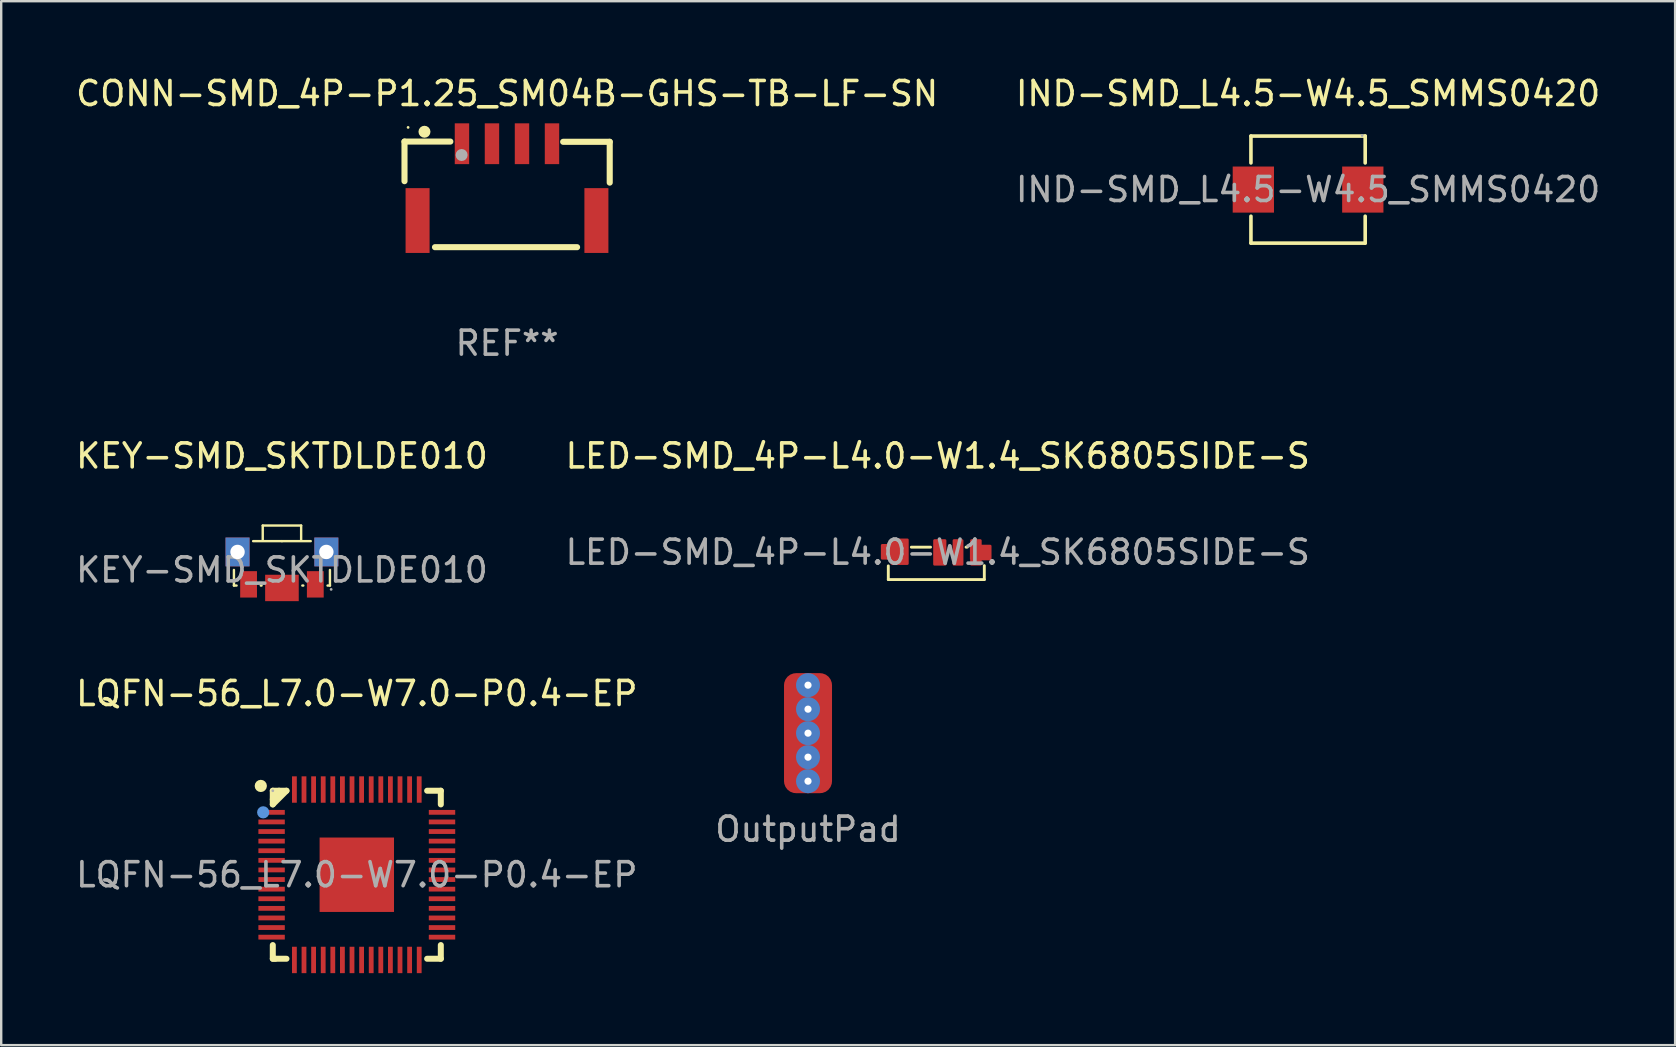
<source format=kicad_pcb>
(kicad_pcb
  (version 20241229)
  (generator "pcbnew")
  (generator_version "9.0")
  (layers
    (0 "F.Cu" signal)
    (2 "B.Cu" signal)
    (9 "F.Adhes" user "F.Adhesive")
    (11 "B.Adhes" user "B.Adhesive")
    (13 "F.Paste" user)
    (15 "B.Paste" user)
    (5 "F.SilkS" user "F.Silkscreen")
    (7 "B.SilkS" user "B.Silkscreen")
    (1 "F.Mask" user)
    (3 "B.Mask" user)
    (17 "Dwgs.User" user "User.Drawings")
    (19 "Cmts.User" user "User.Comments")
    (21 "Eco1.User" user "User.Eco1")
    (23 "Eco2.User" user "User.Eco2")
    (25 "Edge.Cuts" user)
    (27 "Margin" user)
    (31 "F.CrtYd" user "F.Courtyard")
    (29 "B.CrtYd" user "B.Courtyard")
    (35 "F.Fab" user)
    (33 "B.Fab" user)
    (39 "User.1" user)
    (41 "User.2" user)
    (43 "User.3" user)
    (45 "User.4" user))
  (footprint "LED-SMD_4P-L4.0-W1.4_SK6805SIDE-S"
    (layer "F.Cu")
    (at 36.018 19.955)
    (property "Reference" "LED-SMD_4P-L4.0-W1.4_SK6805SIDE-S" (at 0 -4.01 0) (layer "F.SilkS") (effects (font (size 1 1) (thickness 0.15))))
    (attr through_hole)
    (fp_line (start -2.06 0.57) (end -2.06 1.14) (stroke (width 0.12) (type solid)) (layer "F.SilkS"))
    (fp_line (start -2.06 1.14) (end 1.94 1.14) (stroke (width 0.12) (type solid)) (layer "F.SilkS"))
    (fp_line (start -1.1 -0.21) (end -0.3 -0.21) (stroke (width 0.12) (type solid)) (layer "F.SilkS"))
    (fp_line (start 0.48 -0.21) (end 0.5 -0.21) (stroke (width 0.12) (type solid)) (layer "F.SilkS"))
    (fp_line (start 1.18 -0.21) (end 1.23 -0.21) (stroke (width 0.12) (type solid)) (layer "F.SilkS"))
    (fp_line (start 1.94 1.14) (end 1.94 0.56) (stroke (width 0.12) (type solid)) (layer "F.SilkS"))
    (fp_circle (center -2.06 -0.21) (end -2.03 -0.21) (stroke (width 0.06) (type solid)) (fill no) (layer "F.Fab"))
    (fp_text user "${REFERENCE}" (at 0 0 0) (layer "F.Fab") (effects (font (size 1 1) (thickness 0.15))))
    (pad "1" smd custom (at 0 0) (size 0.001 0.001) (layers "F.Cu" "F.Mask" "F.Paste") (options (anchor rect)) (primitives (gr_poly (pts (xy -1.91 -0.52) (xy -1.91 -0.29) (xy -2.32 -0.29) (xy -2.32 0.26) (xy -1.91 0.26) (xy -1.91 0.48) (xy -1.26 0.48) (xy -1.26 -0.52)) (width 0.1) (fill yes))))
    (pad "2" smd custom (at 0 0) (size 0.001 0.001) (layers "F.Cu" "F.Mask" "F.Paste") (options (anchor rect)) (primitives (gr_poly (pts (xy -0.14 -0.49) (xy -0.14 0.51) (xy 0.31 0.51) (xy 0.31 -0.49)) (width 0.1) (fill yes))))
    (pad "3" smd custom (at 0 0) (size 0.001 0.001) (layers "F.Cu" "F.Mask" "F.Paste") (options (anchor rect)) (primitives (gr_poly (pts (xy 0.67 -0.49) (xy 0.67 0.51) (xy 1.02 0.51) (xy 1.02 -0.49)) (width 0.1) (fill yes))))
    (pad "4" smd custom (at 0 0) (size 0.001 0.001) (layers "F.Cu" "F.Mask" "F.Paste") (options (anchor rect)) (primitives (gr_poly (pts (xy 1.78 -0.26) (xy 1.78 -0.49) (xy 1.4 -0.49) (xy 1.4 -0.26) (xy 1.39 -0.26) (xy 1.39 0.29) (xy 1.4 0.29) (xy 1.4 0.51) (xy 1.78 0.51) (xy 1.78 0.29) (xy 2.19 0.29) (xy 2.19 -0.26)) (width 0.1) (fill yes)))))
  (footprint "OutputPad"
    (layer "F.Cu")
    (at 30.613 27.495)
    (property "Reference" "OutputPad" (at 0 4 0) (unlocked yes) (layer "F.SilkS") (effects (font (size 1 1) (thickness 0.1))))
    (attr smd)
    (fp_text user "${REFERENCE}" (at 0 4 0) (unlocked yes) (layer "F.Fab") (effects (font (size 1 1) (thickness 0.15))))
    (pad "1" thru_hole circle (at 0 -2) (size 1 1) (drill 0.3) (layers "*.Cu" "*.Mask"))
    (pad "1" thru_hole circle (at 0 -1) (size 1 1) (drill 0.3) (layers "*.Cu" "*.Mask"))
    (pad "1" thru_hole circle (at 0 0) (size 1 1) (drill 0.3) (layers "*.Cu" "*.Mask"))
    (pad "1" smd roundrect (at 0 0) (size 2 5) (layers "F.Cu" "F.Mask" "F.Paste") (roundrect_rratio 0.25))
    (pad "1" thru_hole circle (at 0 1) (size 1 1) (drill 0.3) (layers "*.Cu" "*.Mask"))
    (pad "1" thru_hole circle (at 0 2) (size 1 1) (drill 0.3) (layers "*.Cu" "*.Mask")))
  (footprint "IND-SMD_L4.5-W4.5_SMMS0420"
    (layer "F.Cu")
    (at 51.446 4.848)
    (property "Reference" "IND-SMD_L4.5-W4.5_SMMS0420" (at 0 -4 0) (layer "F.SilkS") (effects (font (size 1 1) (thickness 0.15))))
    (attr smd)
    (fp_line (start -2.38 -2.23) (end 2.38 -2.23) (stroke (width 0.15) (type solid)) (layer "F.SilkS"))
    (fp_line (start -2.38 -1.11) (end -2.38 -2.23) (stroke (width 0.15) (type solid)) (layer "F.SilkS"))
    (fp_line (start -2.38 1.11) (end -2.38 2.23) (stroke (width 0.15) (type solid)) (layer "F.SilkS"))
    (fp_line (start -2.38 2.23) (end 2.38 2.23) (stroke (width 0.15) (type solid)) (layer "F.SilkS"))
    (fp_line (start 2.38 -2.23) (end 2.38 -1.11) (stroke (width 0.15) (type solid)) (layer "F.SilkS"))
    (fp_line (start 2.38 2.23) (end 2.38 1.11) (stroke (width 0.15) (type solid)) (layer "F.SilkS"))
    (fp_circle (center 2.25 -2.25) (end 2.28 -2.25) (stroke (width 0.06) (type solid)) (fill no) (layer "F.Fab"))
    (fp_text user "${REFERENCE}" (at 0 0 0) (layer "F.Fab") (effects (font (size 1 1) (thickness 0.15))))
    (pad "1" smd rect (at 2.28 0) (size 1.72 1.92) (layers "F.Cu" "F.Mask" "F.Paste"))
    (pad "2" smd rect (at -2.28 0) (size 1.72 1.92) (layers "F.Cu" "F.Mask" "F.Paste")))
  (footprint "CONN-SMD_4P-P1.25_SM04B-GHS-TB-LF-SN"
    (layer "F.Cu")
    (at 18.077 5.048)
    (property "Reference" "CONN-SMD_4P-P1.25_SM04B-GHS-TB-LF-SN" (at 0 -4.2 0) (layer "F.SilkS") (effects (font (size 1 1) (thickness 0.15))))
    (attr through_hole)
    (fp_line (start -4.275 -2.2) (end -4.275 -0.55) (stroke (width 0.254) (type solid)) (layer "F.SilkS"))
    (fp_line (start -3.005 2.2) (end 2.915 2.2) (stroke (width 0.254) (type solid)) (layer "F.SilkS"))
    (fp_line (start -2.365 -2.2) (end -4.275 -2.2) (stroke (width 0.254) (type solid)) (layer "F.SilkS"))
    (fp_line (start 2.335 -2.19) (end 4.275 -2.19) (stroke (width 0.254) (type solid)) (layer "F.SilkS"))
    (fp_line (start 4.275 -2.19) (end 4.275 -0.49) (stroke (width 0.254) (type solid)) (layer "F.SilkS"))
    (fp_circle (center -4.125 -2.79) (end -4.095 -2.79) (stroke (width 0.06) (type solid)) (fill no) (layer "F.SilkS"))
    (fp_circle (center -3.443 -2.609) (end -3.318 -2.609) (stroke (width 0.25) (type solid)) (fill no) (layer "F.SilkS"))
    (fp_circle (center -1.895 -1.64) (end -1.77 -1.64) (stroke (width 0.25) (type solid)) (fill no) (layer "F.Fab"))
    (fp_text user "REF**" (at 0 6.2 0) (layer "F.Fab") (effects (font (size 1 1) (thickness 0.15))))
    (pad "1" smd rect (at -1.881 -2.11) (size 0.6 1.7) (layers "F.Cu" "F.Mask" "F.Paste"))
    (pad "2" smd rect (at -0.631 -2.11) (size 0.6 1.7) (layers "F.Cu" "F.Mask" "F.Paste"))
    (pad "3" smd rect (at 0.62 -2.11) (size 0.6 1.7) (layers "F.Cu" "F.Mask" "F.Paste"))
    (pad "4" smd rect (at 1.87 -2.11) (size 0.6 1.7) (layers "F.Cu" "F.Mask" "F.Paste"))
    (pad "5" smd rect (at 3.72 1.09) (size 1 2.7) (layers "F.Cu" "F.Mask" "F.Paste"))
    (pad "6" smd rect (at -3.73 1.09) (size 1 2.7) (layers "F.Cu" "F.Mask" "F.Paste")))
  (footprint "KEY-SMD_SKTDLDE010"
    (layer "F.Cu")
    (at 8.696 20.695)
    (property "Reference" "KEY-SMD_SKTDLDE010" (at 0 -4.75 0) (layer "F.SilkS") (effects (font (size 1 1) (thickness 0.15))))
    (attr smd)
    (fp_line (start -2 0.65) (end -2 0) (stroke (width 0.1) (type solid)) (layer "F.SilkS"))
    (fp_line (start -2 0.65) (end -1.89 0.65) (stroke (width 0.1) (type solid)) (layer "F.SilkS"))
    (fp_line (start -0.88 0.65) (end -0.85 0.65) (stroke (width 0.1) (type solid)) (layer "F.SilkS"))
    (fp_line (start -0.8 -1.85) (end 0.8 -1.85) (stroke (width 0.1) (type solid)) (layer "F.SilkS"))
    (fp_line (start -0.8 -1.25) (end -0.8 -1.85) (stroke (width 0.1) (type solid)) (layer "F.SilkS"))
    (fp_line (start 0 -1.2) (end -1.2 -1.2) (stroke (width 0.1) (type solid)) (layer "F.SilkS"))
    (fp_line (start 0 -1.2) (end 1.2 -1.2) (stroke (width 0.1) (type solid)) (layer "F.SilkS"))
    (fp_line (start 0.8 -1.85) (end 0.8 -1.25) (stroke (width 0.1) (type solid)) (layer "F.SilkS"))
    (fp_line (start 0.85 0.65) (end 0.89 0.65) (stroke (width 0.1) (type solid)) (layer "F.SilkS"))
    (fp_line (start 1.9 0.65) (end 2 0.65) (stroke (width 0.1) (type solid)) (layer "F.SilkS"))
    (fp_line (start 2 0.65) (end 2 0) (stroke (width 0.1) (type solid)) (layer "F.SilkS"))
    (fp_circle (center -1.85 -0.75) (end -1.75 -0.75) (stroke (width 0.2) (type solid)) (fill no) (layer "F.Fab"))
    (fp_circle (center 1.85 -0.75) (end 1.95 -0.75) (stroke (width 0.2) (type solid)) (fill no) (layer "F.Fab"))
    (fp_circle (center 2.05 0.81) (end 2.08 0.81) (stroke (width 0.06) (type solid)) (fill no) (layer "F.Fab"))
    (fp_text user "${REFERENCE}" (at 0 0 0) (layer "F.Fab") (effects (font (size 1 1) (thickness 0.15))))
    (pad "1" smd rect (at 1.39 0.6) (size 0.7 1.1) (layers "F.Cu" "F.Mask" "F.Paste"))
    (pad "2" smd rect (at -1.39 0.6) (size 0.7 1.1) (layers "F.Cu" "F.Mask" "F.Paste"))
    (pad "3" smd rect (at 0 0.75) (size 1.4 1.1) (layers "F.Cu" "F.Mask" "F.Paste"))
    (pad "4" thru_hole rect (at -1.85 -0.75) (size 1 1.2) (drill 0.6) (layers "*.Cu" "*.Paste" "*.Mask"))
    (pad "4" thru_hole rect (at 1.85 -0.75) (size 1 1.2) (drill 0.6) (layers "*.Cu" "*.Paste" "*.Mask")))
  (footprint "LQFN-56_L7.0-W7.0-P0.4-EP"
    (layer "F.Cu")
    (at 11.815 33.393)
    (property "Reference" "LQFN-56_L7.0-W7.0-P0.4-EP" (at 0 -7.55 0) (layer "F.SilkS") (effects (font (size 1 1) (thickness 0.15))))
    (attr smd)
    (fp_line (start -3.5 -3.5) (end -2.93 -3.5) (stroke (width 0.25) (type solid)) (layer "F.SilkS"))
    (fp_line (start -3.5 -2.93) (end -3.5 -3.5) (stroke (width 0.25) (type solid)) (layer "F.SilkS"))
    (fp_line (start -3.5 -2.93) (end -2.93 -3.5) (stroke (width 0.25) (type solid)) (layer "F.SilkS"))
    (fp_line (start -3.5 3.5) (end -3.5 2.93) (stroke (width 0.25) (type solid)) (layer "F.SilkS"))
    (fp_line (start -3.4 3.5) (end -3.5 3.5) (stroke (width 0.25) (type solid)) (layer "F.SilkS"))
    (fp_line (start -3.24 -3.5) (end -3.24 -3.4) (stroke (width 0.25) (type solid)) (layer "F.SilkS"))
    (fp_line (start -3.24 -3.4) (end -3.5 -3.14) (stroke (width 0.25) (type solid)) (layer "F.SilkS"))
    (fp_line (start -2.93 3.5) (end -3.4 3.5) (stroke (width 0.25) (type solid)) (layer "F.SilkS"))
    (fp_line (start 2.93 -3.5) (end 3.5 -3.5) (stroke (width 0.25) (type solid)) (layer "F.SilkS"))
    (fp_line (start 3.5 -3.5) (end 3.5 -2.93) (stroke (width 0.25) (type solid)) (layer "F.SilkS"))
    (fp_line (start 3.5 2.93) (end 3.5 3.5) (stroke (width 0.25) (type solid)) (layer "F.SilkS"))
    (fp_line (start 3.5 3.5) (end 2.93 3.5) (stroke (width 0.25) (type solid)) (layer "F.SilkS"))
    (fp_circle (center -4 -3.7) (end -3.87 -3.7) (stroke (width 0.25) (type solid)) (fill no) (layer "F.SilkS"))
    (fp_circle (center -3.9 -2.6) (end -3.77 -2.6) (stroke (width 0.25) (type solid)) (fill no) (layer "Cmts.User"))
    (fp_circle (center -3.5 -3.5) (end -3.47 -3.5) (stroke (width 0.06) (type solid)) (fill no) (layer "F.Fab"))
    (fp_text user "${REFERENCE}" (at 0 0 0) (layer "F.Fab") (effects (font (size 1 1) (thickness 0.15))))
    (pad "1" smd rect (at -3.55 -2.6) (size 1.1 0.2) (layers "F.Cu" "F.Mask" "F.Paste"))
    (pad "2" smd rect (at -3.55 -2.2) (size 1.1 0.2) (layers "F.Cu" "F.Mask" "F.Paste"))
    (pad "3" smd rect (at -3.55 -1.8) (size 1.1 0.2) (layers "F.Cu" "F.Mask" "F.Paste"))
    (pad "4" smd rect (at -3.55 -1.4) (size 1.1 0.2) (layers "F.Cu" "F.Mask" "F.Paste"))
    (pad "5" smd rect (at -3.55 -1) (size 1.1 0.2) (layers "F.Cu" "F.Mask" "F.Paste"))
    (pad "6" smd rect (at -3.55 -0.6) (size 1.1 0.2) (layers "F.Cu" "F.Mask" "F.Paste"))
    (pad "7" smd rect (at -3.55 -0.2) (size 1.1 0.2) (layers "F.Cu" "F.Mask" "F.Paste"))
    (pad "8" smd rect (at -3.55 0.2) (size 1.1 0.2) (layers "F.Cu" "F.Mask" "F.Paste"))
    (pad "9" smd rect (at -3.55 0.6) (size 1.1 0.2) (layers "F.Cu" "F.Mask" "F.Paste"))
    (pad "10" smd rect (at -3.55 1) (size 1.1 0.2) (layers "F.Cu" "F.Mask" "F.Paste"))
    (pad "11" smd rect (at -3.55 1.4) (size 1.1 0.2) (layers "F.Cu" "F.Mask" "F.Paste"))
    (pad "12" smd rect (at -3.55 1.8) (size 1.1 0.2) (layers "F.Cu" "F.Mask" "F.Paste"))
    (pad "13" smd rect (at -3.55 2.2) (size 1.1 0.2) (layers "F.Cu" "F.Mask" "F.Paste"))
    (pad "14" smd rect (at -3.55 2.6) (size 1.1 0.2) (layers "F.Cu" "F.Mask" "F.Paste"))
    (pad "15" smd rect (at -2.6 3.55 90) (size 1.1 0.2) (layers "F.Cu" "F.Mask" "F.Paste"))
    (pad "16" smd rect (at -2.2 3.55 90) (size 1.1 0.2) (layers "F.Cu" "F.Mask" "F.Paste"))
    (pad "17" smd rect (at -1.8 3.55 90) (size 1.1 0.2) (layers "F.Cu" "F.Mask" "F.Paste"))
    (pad "18" smd rect (at -1.4 3.55 90) (size 1.1 0.2) (layers "F.Cu" "F.Mask" "F.Paste"))
    (pad "19" smd rect (at -1 3.55 90) (size 1.1 0.2) (layers "F.Cu" "F.Mask" "F.Paste"))
    (pad "20" smd rect (at -0.6 3.55 90) (size 1.1 0.2) (layers "F.Cu" "F.Mask" "F.Paste"))
    (pad "21" smd rect (at -0.2 3.55 90) (size 1.1 0.2) (layers "F.Cu" "F.Mask" "F.Paste"))
    (pad "22" smd rect (at 0.2 3.55 90) (size 1.1 0.2) (layers "F.Cu" "F.Mask" "F.Paste"))
    (pad "23" smd rect (at 0.6 3.55 90) (size 1.1 0.2) (layers "F.Cu" "F.Mask" "F.Paste"))
    (pad "24" smd rect (at 1 3.55 90) (size 1.1 0.2) (layers "F.Cu" "F.Mask" "F.Paste"))
    (pad "25" smd rect (at 1.4 3.55 90) (size 1.1 0.2) (layers "F.Cu" "F.Mask" "F.Paste"))
    (pad "26" smd rect (at 1.8 3.55 90) (size 1.1 0.2) (layers "F.Cu" "F.Mask" "F.Paste"))
    (pad "27" smd rect (at 2.2 3.55 90) (size 1.1 0.2) (layers "F.Cu" "F.Mask" "F.Paste"))
    (pad "28" smd rect (at 2.6 3.55 90) (size 1.1 0.2) (layers "F.Cu" "F.Mask" "F.Paste"))
    (pad "29" smd rect (at 3.55 2.6 180) (size 1.1 0.2) (layers "F.Cu" "F.Mask" "F.Paste"))
    (pad "30" smd rect (at 3.55 2.2 180) (size 1.1 0.2) (layers "F.Cu" "F.Mask" "F.Paste"))
    (pad "31" smd rect (at 3.55 1.8 180) (size 1.1 0.2) (layers "F.Cu" "F.Mask" "F.Paste"))
    (pad "32" smd rect (at 3.55 1.4 180) (size 1.1 0.2) (layers "F.Cu" "F.Mask" "F.Paste"))
    (pad "33" smd rect (at 3.55 1 180) (size 1.1 0.2) (layers "F.Cu" "F.Mask" "F.Paste"))
    (pad "34" smd rect (at 3.55 0.6 180) (size 1.1 0.2) (layers "F.Cu" "F.Mask" "F.Paste"))
    (pad "35" smd rect (at 3.55 0.2 180) (size 1.1 0.2) (layers "F.Cu" "F.Mask" "F.Paste"))
    (pad "36" smd rect (at 3.55 -0.2 180) (size 1.1 0.2) (layers "F.Cu" "F.Mask" "F.Paste"))
    (pad "37" smd rect (at 3.55 -0.6 180) (size 1.1 0.2) (layers "F.Cu" "F.Mask" "F.Paste"))
    (pad "38" smd rect (at 3.55 -1 180) (size 1.1 0.2) (layers "F.Cu" "F.Mask" "F.Paste"))
    (pad "39" smd rect (at 3.55 -1.4 180) (size 1.1 0.2) (layers "F.Cu" "F.Mask" "F.Paste"))
    (pad "40" smd rect (at 3.55 -1.8 180) (size 1.1 0.2) (layers "F.Cu" "F.Mask" "F.Paste"))
    (pad "41" smd rect (at 3.55 -2.2 180) (size 1.1 0.2) (layers "F.Cu" "F.Mask" "F.Paste"))
    (pad "42" smd rect (at 3.55 -2.6 180) (size 1.1 0.2) (layers "F.Cu" "F.Mask" "F.Paste"))
    (pad "43" smd rect (at 2.6 -3.55 270) (size 1.1 0.2) (layers "F.Cu" "F.Mask" "F.Paste"))
    (pad "44" smd rect (at 2.2 -3.55 270) (size 1.1 0.2) (layers "F.Cu" "F.Mask" "F.Paste"))
    (pad "45" smd rect (at 1.8 -3.55 270) (size 1.1 0.2) (layers "F.Cu" "F.Mask" "F.Paste"))
    (pad "46" smd rect (at 1.4 -3.55 270) (size 1.1 0.2) (layers "F.Cu" "F.Mask" "F.Paste"))
    (pad "47" smd rect (at 1 -3.55 270) (size 1.1 0.2) (layers "F.Cu" "F.Mask" "F.Paste"))
    (pad "48" smd rect (at 0.6 -3.55 270) (size 1.1 0.2) (layers "F.Cu" "F.Mask" "F.Paste"))
    (pad "49" smd rect (at 0.2 -3.55 270) (size 1.1 0.2) (layers "F.Cu" "F.Mask" "F.Paste"))
    (pad "50" smd rect (at -0.2 -3.55 270) (size 1.1 0.2) (layers "F.Cu" "F.Mask" "F.Paste"))
    (pad "51" smd rect (at -0.6 -3.55 270) (size 1.1 0.2) (layers "F.Cu" "F.Mask" "F.Paste"))
    (pad "52" smd rect (at -1 -3.55 270) (size 1.1 0.2) (layers "F.Cu" "F.Mask" "F.Paste"))
    (pad "53" smd rect (at -1.4 -3.55 270) (size 1.1 0.2) (layers "F.Cu" "F.Mask" "F.Paste"))
    (pad "54" smd rect (at -1.8 -3.55 270) (size 1.1 0.2) (layers "F.Cu" "F.Mask" "F.Paste"))
    (pad "55" smd rect (at -2.2 -3.55 270) (size 1.1 0.2) (layers "F.Cu" "F.Mask" "F.Paste"))
    (pad "56" smd rect (at -2.6 -3.55 270) (size 1.1 0.2) (layers "F.Cu" "F.Mask" "F.Paste"))
    (pad "57" smd rect (at 0 0) (size 3.1 3.1) (layers "F.Cu" "F.Mask" "F.Paste")))
  (gr_rect
    (start -3 -3)
    (end 66.738 40.493)
    (stroke (width 0.1) (type default))
    (fill no)
    (layer "Edge.Cuts")))
</source>
